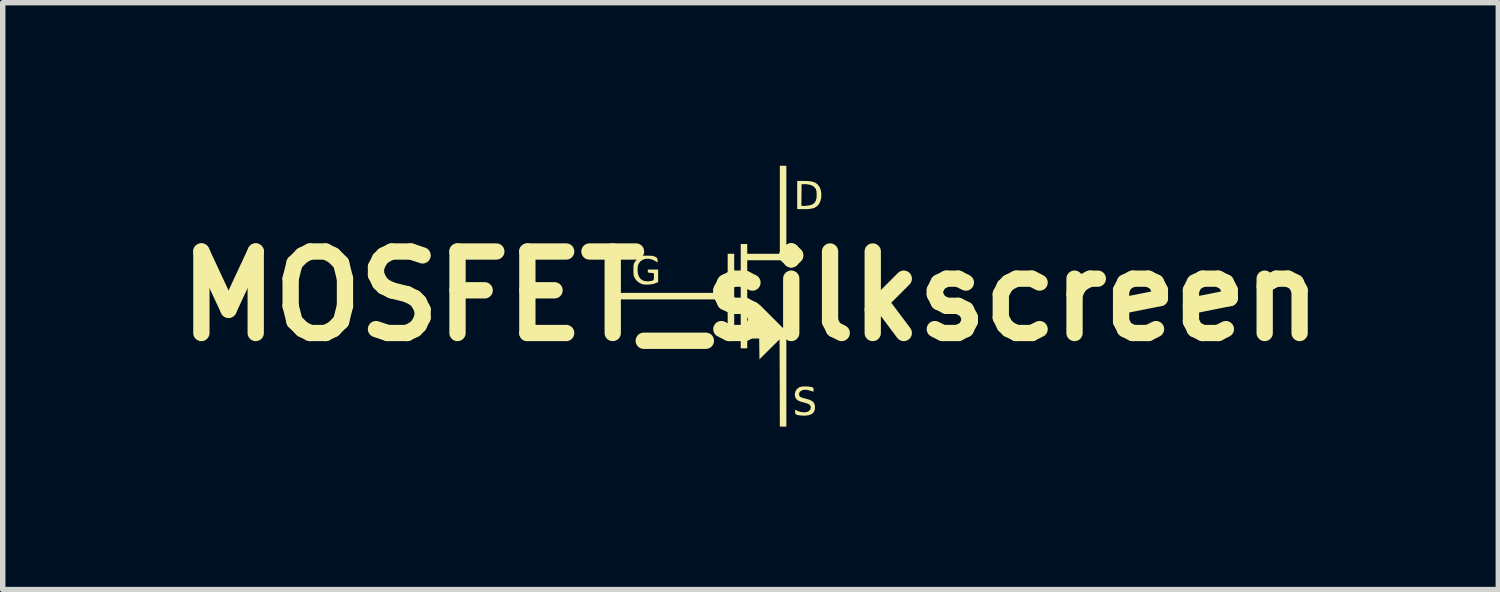
<source format=kicad_pcb>
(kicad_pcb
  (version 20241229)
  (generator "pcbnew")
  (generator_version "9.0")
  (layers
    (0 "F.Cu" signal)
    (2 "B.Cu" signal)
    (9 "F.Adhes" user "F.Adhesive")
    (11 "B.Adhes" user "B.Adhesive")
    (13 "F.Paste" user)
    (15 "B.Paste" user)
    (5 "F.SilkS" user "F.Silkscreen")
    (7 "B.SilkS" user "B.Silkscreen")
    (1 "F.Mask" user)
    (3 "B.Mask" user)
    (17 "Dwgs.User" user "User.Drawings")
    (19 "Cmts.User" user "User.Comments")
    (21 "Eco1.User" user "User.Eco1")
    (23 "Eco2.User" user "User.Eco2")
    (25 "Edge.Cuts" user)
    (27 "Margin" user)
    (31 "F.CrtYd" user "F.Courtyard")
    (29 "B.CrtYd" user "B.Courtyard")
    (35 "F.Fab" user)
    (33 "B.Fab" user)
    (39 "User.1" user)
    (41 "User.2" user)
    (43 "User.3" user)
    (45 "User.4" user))
  (footprint "MOSFET_silkscreen"
    (layer "F.Cu")
    (at 10.764 2.401)
    (property "Reference" "MOSFET_silkscreen" (at 0 0 0) (layer "F.SilkS") (effects (font (size 1.5 1.5) (thickness 0.3))))
    (attr board_only exclude_from_pos_files exclude_from_bom)
    (fp_poly (pts (xy -0.3 0) (xy -0.3 0.78) (xy -0.36 0.78) (xy -0.42 0.78) (xy -0.42 0.42) (xy -0.42 0.06) (xy -1.41 0.06) (xy -2.4 0.06) (xy -2.4 0) (xy -2.4 -0.06) (xy -1.41 -0.06) (xy -0.42 -0.06) (xy -0.42 -0.42) (xy -0.42 -0.78) (xy -0.36 -0.78) (xy -0.3 -0.78)) (stroke (width 0) (type solid)) (fill yes) (layer "F.SilkS"))
    (fp_poly (pts (xy 0.66 -1.531) (xy 0.66 -0.66) (xy 0.3 -0.66) (xy -0.06 -0.66) (xy -0.06 0) (xy -0.06 0.66) (xy 0.05 0.66) (xy 0.16 0.66) (xy 0.16 0.405) (xy 0.16 0.15) (xy 0.41 0.4) (xy 0.66 0.65) (xy 0.66 1.525) (xy 0.66 2.401) (xy 0.6 2.401) (xy 0.54 2.401) (xy 0.538 1.598) (xy 0.535 0.795) (xy 0.35 0.979) (xy 0.165 1.163) (xy 0.162 0.972) (xy 0.16 0.78) (xy 0.05 0.78) (xy -0.06 0.78) (xy -0.06 0.87) (xy -0.06 0.96) (xy -0.12 0.96) (xy -0.18 0.96) (xy -0.18 0) (xy -0.18 -0.96) (xy -0.12 -0.96) (xy -0.06 -0.96) (xy -0.06 -0.87) (xy -0.06 -0.78) (xy 0.24 -0.78) (xy 0.54 -0.78) (xy 0.54 -1.591) (xy 0.54 -2.401) (xy 0.6 -2.401) (xy 0.66 -2.401)) (stroke (width 0) (type solid)) (fill yes) (layer "F.SilkS"))
    (fp_poly (pts (xy 1.055 -2.119) (xy 1.116 -2.112) (xy 1.164 -2.1) (xy 1.203 -2.081) (xy 1.236 -2.055) (xy 1.239 -2.052) (xy 1.273 -2.005) (xy 1.295 -1.947) (xy 1.304 -1.882) (xy 1.302 -1.816) (xy 1.288 -1.753) (xy 1.262 -1.698) (xy 1.239 -1.669) (xy 1.206 -1.643) (xy 1.168 -1.623) (xy 1.121 -1.61) (xy 1.062 -1.603) (xy 0.987 -1.601) (xy 0.978 -1.601) (xy 0.86 -1.601) (xy 0.86 -1.698) (xy 0.936 -1.698) (xy 0.936 -1.677) (xy 0.938 -1.667) (xy 0.951 -1.662) (xy 0.978 -1.66) (xy 1.014 -1.662) (xy 1.053 -1.667) (xy 1.092 -1.673) (xy 1.123 -1.681) (xy 1.136 -1.686) (xy 1.175 -1.714) (xy 1.201 -1.754) (xy 1.216 -1.808) (xy 1.218 -1.877) (xy 1.216 -1.919) (xy 1.211 -1.949) (xy 1.202 -1.971) (xy 1.188 -1.992) (xy 1.187 -1.994) (xy 1.15 -2.027) (xy 1.097 -2.049) (xy 1.03 -2.06) (xy 0.998 -2.061) (xy 0.94 -2.061) (xy 0.939 -1.891) (xy 0.938 -1.833) (xy 0.938 -1.781) (xy 0.937 -1.738) (xy 0.936 -1.709) (xy 0.936 -1.698) (xy 0.86 -1.698) (xy 0.86 -1.861) (xy 0.86 -2.121) (xy 0.978 -2.121)) (stroke (width 0) (type solid)) (fill yes) (layer "F.SilkS"))
    (fp_poly (pts (xy 1.04 1.662) (xy 1.089 1.667) (xy 1.116 1.672) (xy 1.143 1.68) (xy 1.156 1.689) (xy 1.16 1.706) (xy 1.16 1.721) (xy 1.16 1.759) (xy 1.099 1.74) (xy 1.046 1.726) (xy 1.004 1.722) (xy 0.967 1.727) (xy 0.945 1.735) (xy 0.911 1.757) (xy 0.894 1.788) (xy 0.895 1.82) (xy 0.902 1.839) (xy 0.917 1.854) (xy 0.944 1.867) (xy 0.984 1.879) (xy 1.014 1.886) (xy 1.08 1.905) (xy 1.127 1.927) (xy 1.16 1.954) (xy 1.179 1.989) (xy 1.187 2.033) (xy 1.184 2.09) (xy 1.164 2.135) (xy 1.129 2.169) (xy 1.077 2.19) (xy 1.01 2.2) (xy 0.985 2.2) (xy 0.941 2.198) (xy 0.899 2.194) (xy 0.867 2.188) (xy 0.865 2.187) (xy 0.839 2.178) (xy 0.827 2.166) (xy 0.823 2.143) (xy 0.822 2.133) (xy 0.819 2.091) (xy 0.864 2.112) (xy 0.922 2.131) (xy 0.977 2.139) (xy 1.026 2.135) (xy 1.066 2.121) (xy 1.095 2.096) (xy 1.109 2.063) (xy 1.11 2.05) (xy 1.105 2.022) (xy 1.09 2) (xy 1.061 1.982) (xy 1.016 1.967) (xy 0.987 1.959) (xy 0.925 1.942) (xy 0.879 1.923) (xy 0.848 1.9) (xy 0.829 1.872) (xy 0.822 1.856) (xy 0.815 1.805) (xy 0.826 1.756) (xy 0.852 1.713) (xy 0.893 1.681) (xy 0.907 1.674) (xy 0.941 1.666) (xy 0.988 1.662)) (stroke (width 0) (type solid)) (fill yes) (layer "F.SilkS"))
    (fp_poly (pts (xy -1.844 -0.744) (xy -1.807 -0.741) (xy -1.779 -0.735) (xy -1.755 -0.725) (xy -1.73 -0.711) (xy -1.717 -0.695) (xy -1.712 -0.67) (xy -1.712 -0.662) (xy -1.709 -0.619) (xy -1.748 -0.644) (xy -1.809 -0.674) (xy -1.87 -0.688) (xy -1.929 -0.687) (xy -1.981 -0.671) (xy -2.025 -0.642) (xy -2.058 -0.598) (xy -2.067 -0.578) (xy -2.074 -0.548) (xy -2.078 -0.51) (xy -2.079 -0.492) (xy -2.073 -0.419) (xy -2.054 -0.36) (xy -2.022 -0.316) (xy -1.977 -0.286) (xy -1.92 -0.273) (xy -1.863 -0.274) (xy -1.823 -0.28) (xy -1.798 -0.287) (xy -1.785 -0.298) (xy -1.78 -0.315) (xy -1.779 -0.331) (xy -1.778 -0.365) (xy -1.777 -0.395) (xy -1.777 -0.398) (xy -1.778 -0.413) (xy -1.784 -0.422) (xy -1.801 -0.426) (xy -1.833 -0.428) (xy -1.865 -0.43) (xy -1.882 -0.435) (xy -1.889 -0.443) (xy -1.89 -0.46) (xy -1.89 -0.461) (xy -1.89 -0.49) (xy -1.795 -0.49) (xy -1.7 -0.49) (xy -1.7 -0.375) (xy -1.7 -0.259) (xy -1.748 -0.238) (xy -1.79 -0.224) (xy -1.842 -0.216) (xy -1.899 -0.212) (xy -1.952 -0.214) (xy -1.994 -0.221) (xy -2.001 -0.223) (xy -2.062 -0.255) (xy -2.108 -0.3) (xy -2.127 -0.328) (xy -2.14 -0.351) (xy -2.148 -0.372) (xy -2.152 -0.397) (xy -2.155 -0.43) (xy -2.155 -0.477) (xy -2.155 -0.481) (xy -2.155 -0.529) (xy -2.153 -0.563) (xy -2.149 -0.587) (xy -2.141 -0.607) (xy -2.129 -0.629) (xy -2.125 -0.636) (xy -2.086 -0.683) (xy -2.046 -0.715) (xy -2.022 -0.729) (xy -2.001 -0.738) (xy -1.977 -0.743) (xy -1.946 -0.745) (xy -1.9 -0.745) (xy -1.896 -0.745)) (stroke (width 0) (type solid)) (fill yes) (layer "F.SilkS")))
  (gr_rect
    (start -3 -3)
    (end 24.529 7.802)
    (stroke (width 0.1) (type default))
    (fill no)
    (layer "Edge.Cuts")))
</source>
